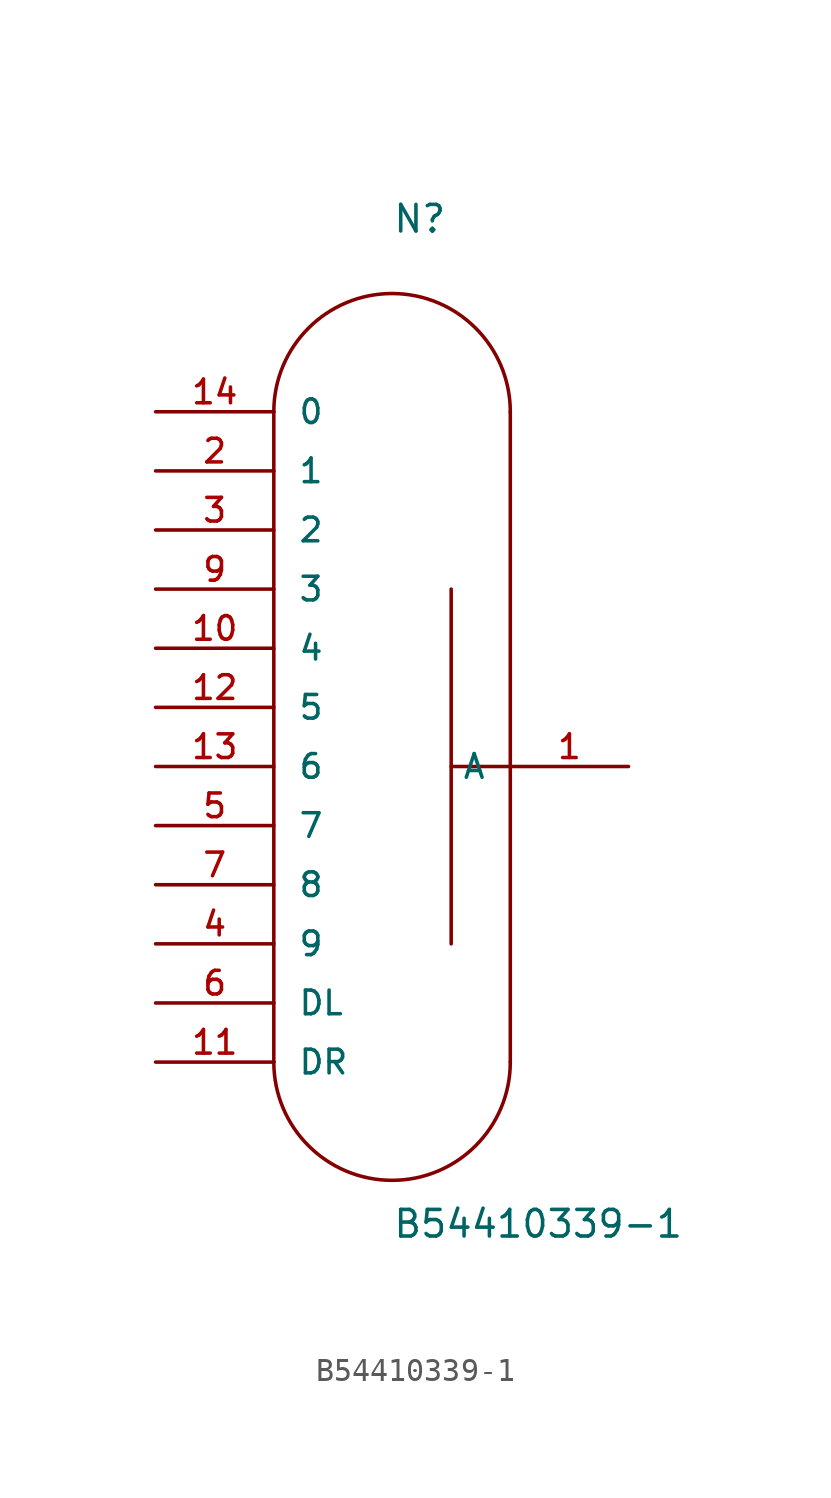
<source format=kicad_sym>
(kicad_symbol_lib
  (version 20211014)
  (generator kicad_symbol_editor)
  (symbol "B54410339-1"
    (pin_names
      (offset 1.016))
    (property "Reference" "N"
      (at 0 22.86 0)
      (effects (font (size 1.143 1.143)) (justify left bottom)))
    (property "Value" "B54410339-1"
      (at 0 -20.32 0)
      (effects (font (size 1.143 1.143)) (justify left bottom)))
    (property "ki_locked" ""
      (at 0 0 0)
      (effects (font (size 1.27 1.27))))
    (symbol "B54410339-1_1_0"
      (polyline (pts (xy -5.08 15.24) (xy -5.08 -12.7)) (stroke (width 0) (type default) (color 0 0 0 0)) (fill (type none)))
      (polyline (pts (xy 2.54 -7.62) (xy 2.54 7.62)) (stroke (width 0) (type default) (color 0 0 0 0)) (fill (type none)))
      (polyline (pts (xy 5.08 0) (xy 2.54 0)) (stroke (width 0) (type default) (color 0 0 0 0)) (fill (type none)))
      (polyline (pts (xy 5.08 15.24) (xy 5.08 -12.7)) (stroke (width 0) (type default) (color 0 0 0 0)) (fill (type none))))
    (symbol "B54410339-1_1_1"
      (arc (start -5.08 -12.7) (mid 0 -17.78) (end 5.08 -12.7) (stroke (width 0) (type default) (color 0 0 0 0)) (fill (type none)))
      (arc (start 5.08 15.24) (mid 0 20.32) (end -5.08 15.24) (stroke (width 0) (type default) (color 0 0 0 0)) (fill (type none)))
      (pin passive line (at 10.16 0 180) (length 5.08) (name "A" (effects (font (size 1.016 1.016)))) (number "1" (effects (font (size 1.016 1.016)))))
      (pin passive line (at -10.16 5.08 0) (length 5.08) (name "4" (effects (font (size 1.016 1.016)))) (number "10" (effects (font (size 1.016 1.016)))))
      (pin passive line (at -10.16 -12.7 0) (length 5.08) (name "DR" (effects (font (size 1.016 1.016)))) (number "11" (effects (font (size 1.016 1.016)))))
      (pin passive line (at -10.16 2.54 0) (length 5.08) (name "5" (effects (font (size 1.016 1.016)))) (number "12" (effects (font (size 1.016 1.016)))))
      (pin passive line (at -10.16 0 0) (length 5.08) (name "6" (effects (font (size 1.016 1.016)))) (number "13" (effects (font (size 1.016 1.016)))))
      (pin passive line (at -10.16 15.24 0) (length 5.08) (name "0" (effects (font (size 1.016 1.016)))) (number "14" (effects (font (size 1.016 1.016)))))
      (pin passive line (at -10.16 12.7 0) (length 5.08) (name "1" (effects (font (size 1.016 1.016)))) (number "2" (effects (font (size 1.016 1.016)))))
      (pin passive line (at -10.16 10.16 0) (length 5.08) (name "2" (effects (font (size 1.016 1.016)))) (number "3" (effects (font (size 1.016 1.016)))))
      (pin passive line (at -10.16 -7.62 0) (length 5.08) (name "9" (effects (font (size 1.016 1.016)))) (number "4" (effects (font (size 1.016 1.016)))))
      (pin passive line (at -10.16 -2.54 0) (length 5.08) (name "7" (effects (font (size 1.016 1.016)))) (number "5" (effects (font (size 1.016 1.016)))))
      (pin passive line (at -10.16 -10.16 0) (length 5.08) (name "DL" (effects (font (size 1.016 1.016)))) (number "6" (effects (font (size 1.016 1.016)))))
      (pin passive line (at -10.16 -5.08 0) (length 5.08) (name "8" (effects (font (size 1.016 1.016)))) (number "7" (effects (font (size 1.016 1.016)))))
      (pin passive line (at -10.16 7.62 0) (length 5.08) (name "3" (effects (font (size 1.016 1.016)))) (number "9" (effects (font (size 1.016 1.016))))))))
</source>
